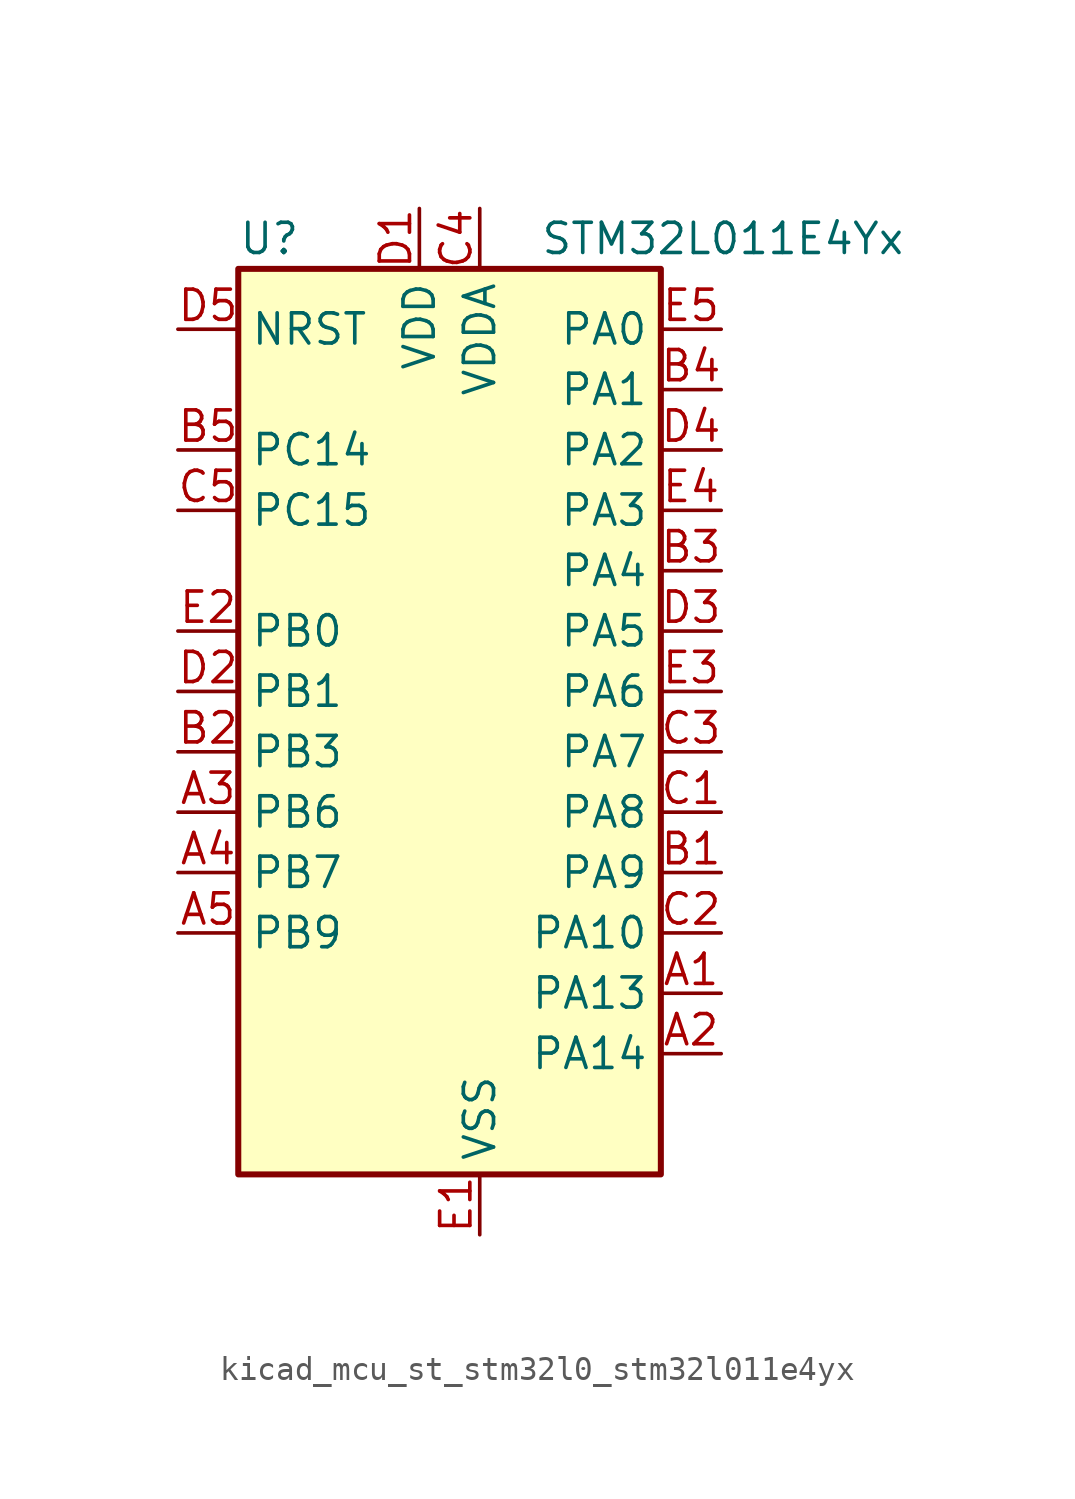
<source format=kicad_sym>
(kicad_symbol_lib
  (version 20220914)
  (generator kicad_symbol_editor)
  (symbol "kicad_mcu_st_stm32l0_stm32l011e4yx"
    (property "Reference" "U"
      (at -7.62 21.59 0)
      (effects (font (size 1.27 1.27)) (justify left)))
    (property "Value" "STM32L011E4Yx"
      (at 5.08 21.59 0)
      (effects (font (size 1.27 1.27)) (justify left)))
    (property "ki_locked" ""
      (at 0 0 0)
      (effects (font (size 1.27 1.27))))
    (symbol "kicad_mcu_st_stm32l0_stm32l011e4yx_0_1"
      (rectangle (start -7.62 -17.78) (end 10.16 20.32) (stroke (width 0.254) (type default)) (fill (type background))))
    (symbol "kicad_mcu_st_stm32l0_stm32l011e4yx_1_1"
      (pin bidirectional line (at 12.7 -10.16 180) (length 2.54) (name "PA13" (effects (font (size 1.27 1.27)))) (number "A1" (effects (font (size 1.27 1.27)))) (alternate "COMP1_OUT" bidirectional line) (alternate "I2C1_SDA" bidirectional line) (alternate "LPTIM1_ETR" bidirectional line) (alternate "LPUART1_RX" bidirectional line) (alternate "SPI1_SCK" bidirectional line) (alternate "SYS_SWDIO" bidirectional line))
      (pin bidirectional line (at 12.7 -12.7 180) (length 2.54) (name "PA14" (effects (font (size 1.27 1.27)))) (number "A2" (effects (font (size 1.27 1.27)))) (alternate "COMP2_OUT" bidirectional line) (alternate "I2C1_SMBA" bidirectional line) (alternate "LPTIM1_OUT" bidirectional line) (alternate "LPUART1_TX" bidirectional line) (alternate "SPI1_MISO" bidirectional line) (alternate "SYS_SWCLK" bidirectional line) (alternate "USART2_TX" bidirectional line))
      (pin bidirectional line (at -10.16 -2.54 0) (length 2.54) (name "PB6" (effects (font (size 1.27 1.27)))) (number "A3" (effects (font (size 1.27 1.27)))) (alternate "COMP2_INP" bidirectional line) (alternate "I2C1_SCL" bidirectional line) (alternate "LPTIM1_ETR" bidirectional line) (alternate "LPUART1_TX" bidirectional line) (alternate "TIM2_CH3" bidirectional line) (alternate "USART2_TX" bidirectional line))
      (pin bidirectional line (at -10.16 -5.08 0) (length 2.54) (name "PB7" (effects (font (size 1.27 1.27)))) (number "A4" (effects (font (size 1.27 1.27)))) (alternate "COMP2_INP" bidirectional line) (alternate "I2C1_SDA" bidirectional line) (alternate "LPTIM1_IN2" bidirectional line) (alternate "LPUART1_RX" bidirectional line) (alternate "SYS_PVD_IN" bidirectional line) (alternate "TIM2_CH4" bidirectional line) (alternate "USART2_RX" bidirectional line))
      (pin bidirectional line (at -10.16 -7.62 0) (length 2.54) (name "PB9" (effects (font (size 1.27 1.27)))) (number "A5" (effects (font (size 1.27 1.27)))))
      (pin bidirectional line (at 12.7 -5.08 180) (length 2.54) (name "PA9" (effects (font (size 1.27 1.27)))) (number "B1" (effects (font (size 1.27 1.27)))) (alternate "COMP1_OUT" bidirectional line) (alternate "I2C1_SCL" bidirectional line) (alternate "LPTIM1_OUT" bidirectional line) (alternate "RCC_MCO" bidirectional line) (alternate "TIM21_CH2" bidirectional line) (alternate "USART2_TX" bidirectional line))
      (pin bidirectional line (at -10.16 0 0) (length 2.54) (name "PB3" (effects (font (size 1.27 1.27)))) (number "B2" (effects (font (size 1.27 1.27)))) (alternate "COMP2_INM" bidirectional line) (alternate "SPI1_SCK" bidirectional line) (alternate "TIM2_CH2" bidirectional line))
      (pin bidirectional line (at 12.7 7.62 180) (length 2.54) (name "PA4" (effects (font (size 1.27 1.27)))) (number "B3" (effects (font (size 1.27 1.27)))) (alternate "ADC_IN4" bidirectional line) (alternate "COMP1_INM" bidirectional line) (alternate "COMP2_INM" bidirectional line) (alternate "COMP2_OUT" bidirectional line) (alternate "I2C1_SCL" bidirectional line) (alternate "LPTIM1_ETR" bidirectional line) (alternate "LPTIM1_IN1" bidirectional line) (alternate "LPUART1_TX" bidirectional line) (alternate "SPI1_NSS" bidirectional line) (alternate "TIM2_ETR" bidirectional line) (alternate "USART2_CK" bidirectional line))
      (pin bidirectional line (at 12.7 15.24 180) (length 2.54) (name "PA1" (effects (font (size 1.27 1.27)))) (number "B4" (effects (font (size 1.27 1.27)))) (alternate "ADC_IN1" bidirectional line) (alternate "COMP1_INP" bidirectional line) (alternate "I2C1_SMBA" bidirectional line) (alternate "LPTIM1_IN2" bidirectional line) (alternate "LPUART1_TX" bidirectional line) (alternate "TIM21_ETR" bidirectional line) (alternate "TIM2_CH2" bidirectional line) (alternate "USART2_DE" bidirectional line) (alternate "USART2_RTS" bidirectional line))
      (pin bidirectional line (at -10.16 12.7 0) (length 2.54) (name "PC14" (effects (font (size 1.27 1.27)))) (number "B5" (effects (font (size 1.27 1.27)))) (alternate "RCC_OSC32_IN" bidirectional line))
      (pin bidirectional line (at 12.7 -2.54 180) (length 2.54) (name "PA8" (effects (font (size 1.27 1.27)))) (number "C1" (effects (font (size 1.27 1.27)))) (alternate "LPTIM1_IN1" bidirectional line) (alternate "RCC_MCO" bidirectional line) (alternate "TIM2_CH1" bidirectional line) (alternate "USART2_CK" bidirectional line))
      (pin bidirectional line (at 12.7 -7.62 180) (length 2.54) (name "PA10" (effects (font (size 1.27 1.27)))) (number "C2" (effects (font (size 1.27 1.27)))) (alternate "COMP1_OUT" bidirectional line) (alternate "I2C1_SDA" bidirectional line) (alternate "RTC_REFIN" bidirectional line) (alternate "TIM21_CH1" bidirectional line) (alternate "TIM2_CH3" bidirectional line) (alternate "USART2_RX" bidirectional line))
      (pin bidirectional line (at 12.7 0 180) (length 2.54) (name "PA7" (effects (font (size 1.27 1.27)))) (number "C3" (effects (font (size 1.27 1.27)))) (alternate "ADC_IN7" bidirectional line) (alternate "COMP2_INP" bidirectional line) (alternate "COMP2_OUT" bidirectional line) (alternate "LPTIM1_OUT" bidirectional line) (alternate "SPI1_MOSI" bidirectional line) (alternate "TIM21_ETR" bidirectional line) (alternate "USART2_CTS" bidirectional line))
      (pin power_in line (at 2.54 22.86 270) (length 2.54) (name "VDDA" (effects (font (size 1.27 1.27)))) (number "C4" (effects (font (size 1.27 1.27)))))
      (pin bidirectional line (at -10.16 10.16 0) (length 2.54) (name "PC15" (effects (font (size 1.27 1.27)))) (number "C5" (effects (font (size 1.27 1.27)))) (alternate "RCC_OSC32_OUT" bidirectional line))
      (pin power_in line (at 0 22.86 270) (length 2.54) (name "VDD" (effects (font (size 1.27 1.27)))) (number "D1" (effects (font (size 1.27 1.27)))))
      (pin bidirectional line (at -10.16 2.54 0) (length 2.54) (name "PB1" (effects (font (size 1.27 1.27)))) (number "D2" (effects (font (size 1.27 1.27)))) (alternate "ADC_IN9" bidirectional line) (alternate "LPTIM1_IN1" bidirectional line) (alternate "LPUART1_DE" bidirectional line) (alternate "LPUART1_RTS" bidirectional line) (alternate "SPI1_MOSI" bidirectional line) (alternate "SYS_VREF_OUT_PB1" bidirectional line) (alternate "TIM2_CH4" bidirectional line) (alternate "USART2_CK" bidirectional line))
      (pin bidirectional line (at 12.7 5.08 180) (length 2.54) (name "PA5" (effects (font (size 1.27 1.27)))) (number "D3" (effects (font (size 1.27 1.27)))) (alternate "ADC_IN5" bidirectional line) (alternate "COMP1_INM" bidirectional line) (alternate "COMP2_INM" bidirectional line) (alternate "LPTIM1_IN2" bidirectional line) (alternate "SPI1_SCK" bidirectional line) (alternate "TIM2_CH1" bidirectional line) (alternate "TIM2_ETR" bidirectional line))
      (pin bidirectional line (at 12.7 12.7 180) (length 2.54) (name "PA2" (effects (font (size 1.27 1.27)))) (number "D4" (effects (font (size 1.27 1.27)))) (alternate "ADC_IN2" bidirectional line) (alternate "COMP2_INM" bidirectional line) (alternate "COMP2_OUT" bidirectional line) (alternate "LPUART1_TX" bidirectional line) (alternate "RTC_OUT_ALARM" bidirectional line) (alternate "RTC_OUT_CALIB" bidirectional line) (alternate "RTC_TAMP3" bidirectional line) (alternate "RTC_TS" bidirectional line) (alternate "SYS_WKUP3" bidirectional line) (alternate "TIM21_CH1" bidirectional line) (alternate "TIM2_CH3" bidirectional line) (alternate "USART2_TX" bidirectional line))
      (pin input line (at -10.16 17.78 0) (length 2.54) (name "NRST" (effects (font (size 1.27 1.27)))) (number "D5" (effects (font (size 1.27 1.27)))))
      (pin power_in line (at 2.54 -20.32 90) (length 2.54) (name "VSS" (effects (font (size 1.27 1.27)))) (number "E1" (effects (font (size 1.27 1.27)))))
      (pin bidirectional line (at -10.16 5.08 0) (length 2.54) (name "PB0" (effects (font (size 1.27 1.27)))) (number "E2" (effects (font (size 1.27 1.27)))) (alternate "ADC_IN8" bidirectional line) (alternate "SPI1_MISO" bidirectional line) (alternate "SYS_VREF_OUT_PB0" bidirectional line) (alternate "TIM2_CH2" bidirectional line) (alternate "TIM2_CH3" bidirectional line) (alternate "USART2_DE" bidirectional line) (alternate "USART2_RTS" bidirectional line))
      (pin bidirectional line (at 12.7 2.54 180) (length 2.54) (name "PA6" (effects (font (size 1.27 1.27)))) (number "E3" (effects (font (size 1.27 1.27)))) (alternate "ADC_IN6" bidirectional line) (alternate "COMP1_OUT" bidirectional line) (alternate "LPTIM1_ETR" bidirectional line) (alternate "LPUART1_CTS" bidirectional line) (alternate "SPI1_MISO" bidirectional line))
      (pin bidirectional line (at 12.7 10.16 180) (length 2.54) (name "PA3" (effects (font (size 1.27 1.27)))) (number "E4" (effects (font (size 1.27 1.27)))) (alternate "ADC_IN3" bidirectional line) (alternate "COMP2_INP" bidirectional line) (alternate "LPUART1_RX" bidirectional line) (alternate "TIM21_CH2" bidirectional line) (alternate "TIM2_CH4" bidirectional line) (alternate "USART2_RX" bidirectional line))
      (pin bidirectional line (at 12.7 17.78 180) (length 2.54) (name "PA0" (effects (font (size 1.27 1.27)))) (number "E5" (effects (font (size 1.27 1.27)))) (alternate "ADC_IN0" bidirectional line) (alternate "COMP1_INM" bidirectional line) (alternate "COMP1_OUT" bidirectional line) (alternate "LPTIM1_IN1" bidirectional line) (alternate "LPUART1_RX" bidirectional line) (alternate "RCC_CK_IN" bidirectional line) (alternate "RTC_TAMP2" bidirectional line) (alternate "SYS_WKUP1" bidirectional line) (alternate "TIM2_CH1" bidirectional line) (alternate "TIM2_ETR" bidirectional line) (alternate "USART2_CTS" bidirectional line) (alternate "USART2_RX" bidirectional line)))))
</source>
